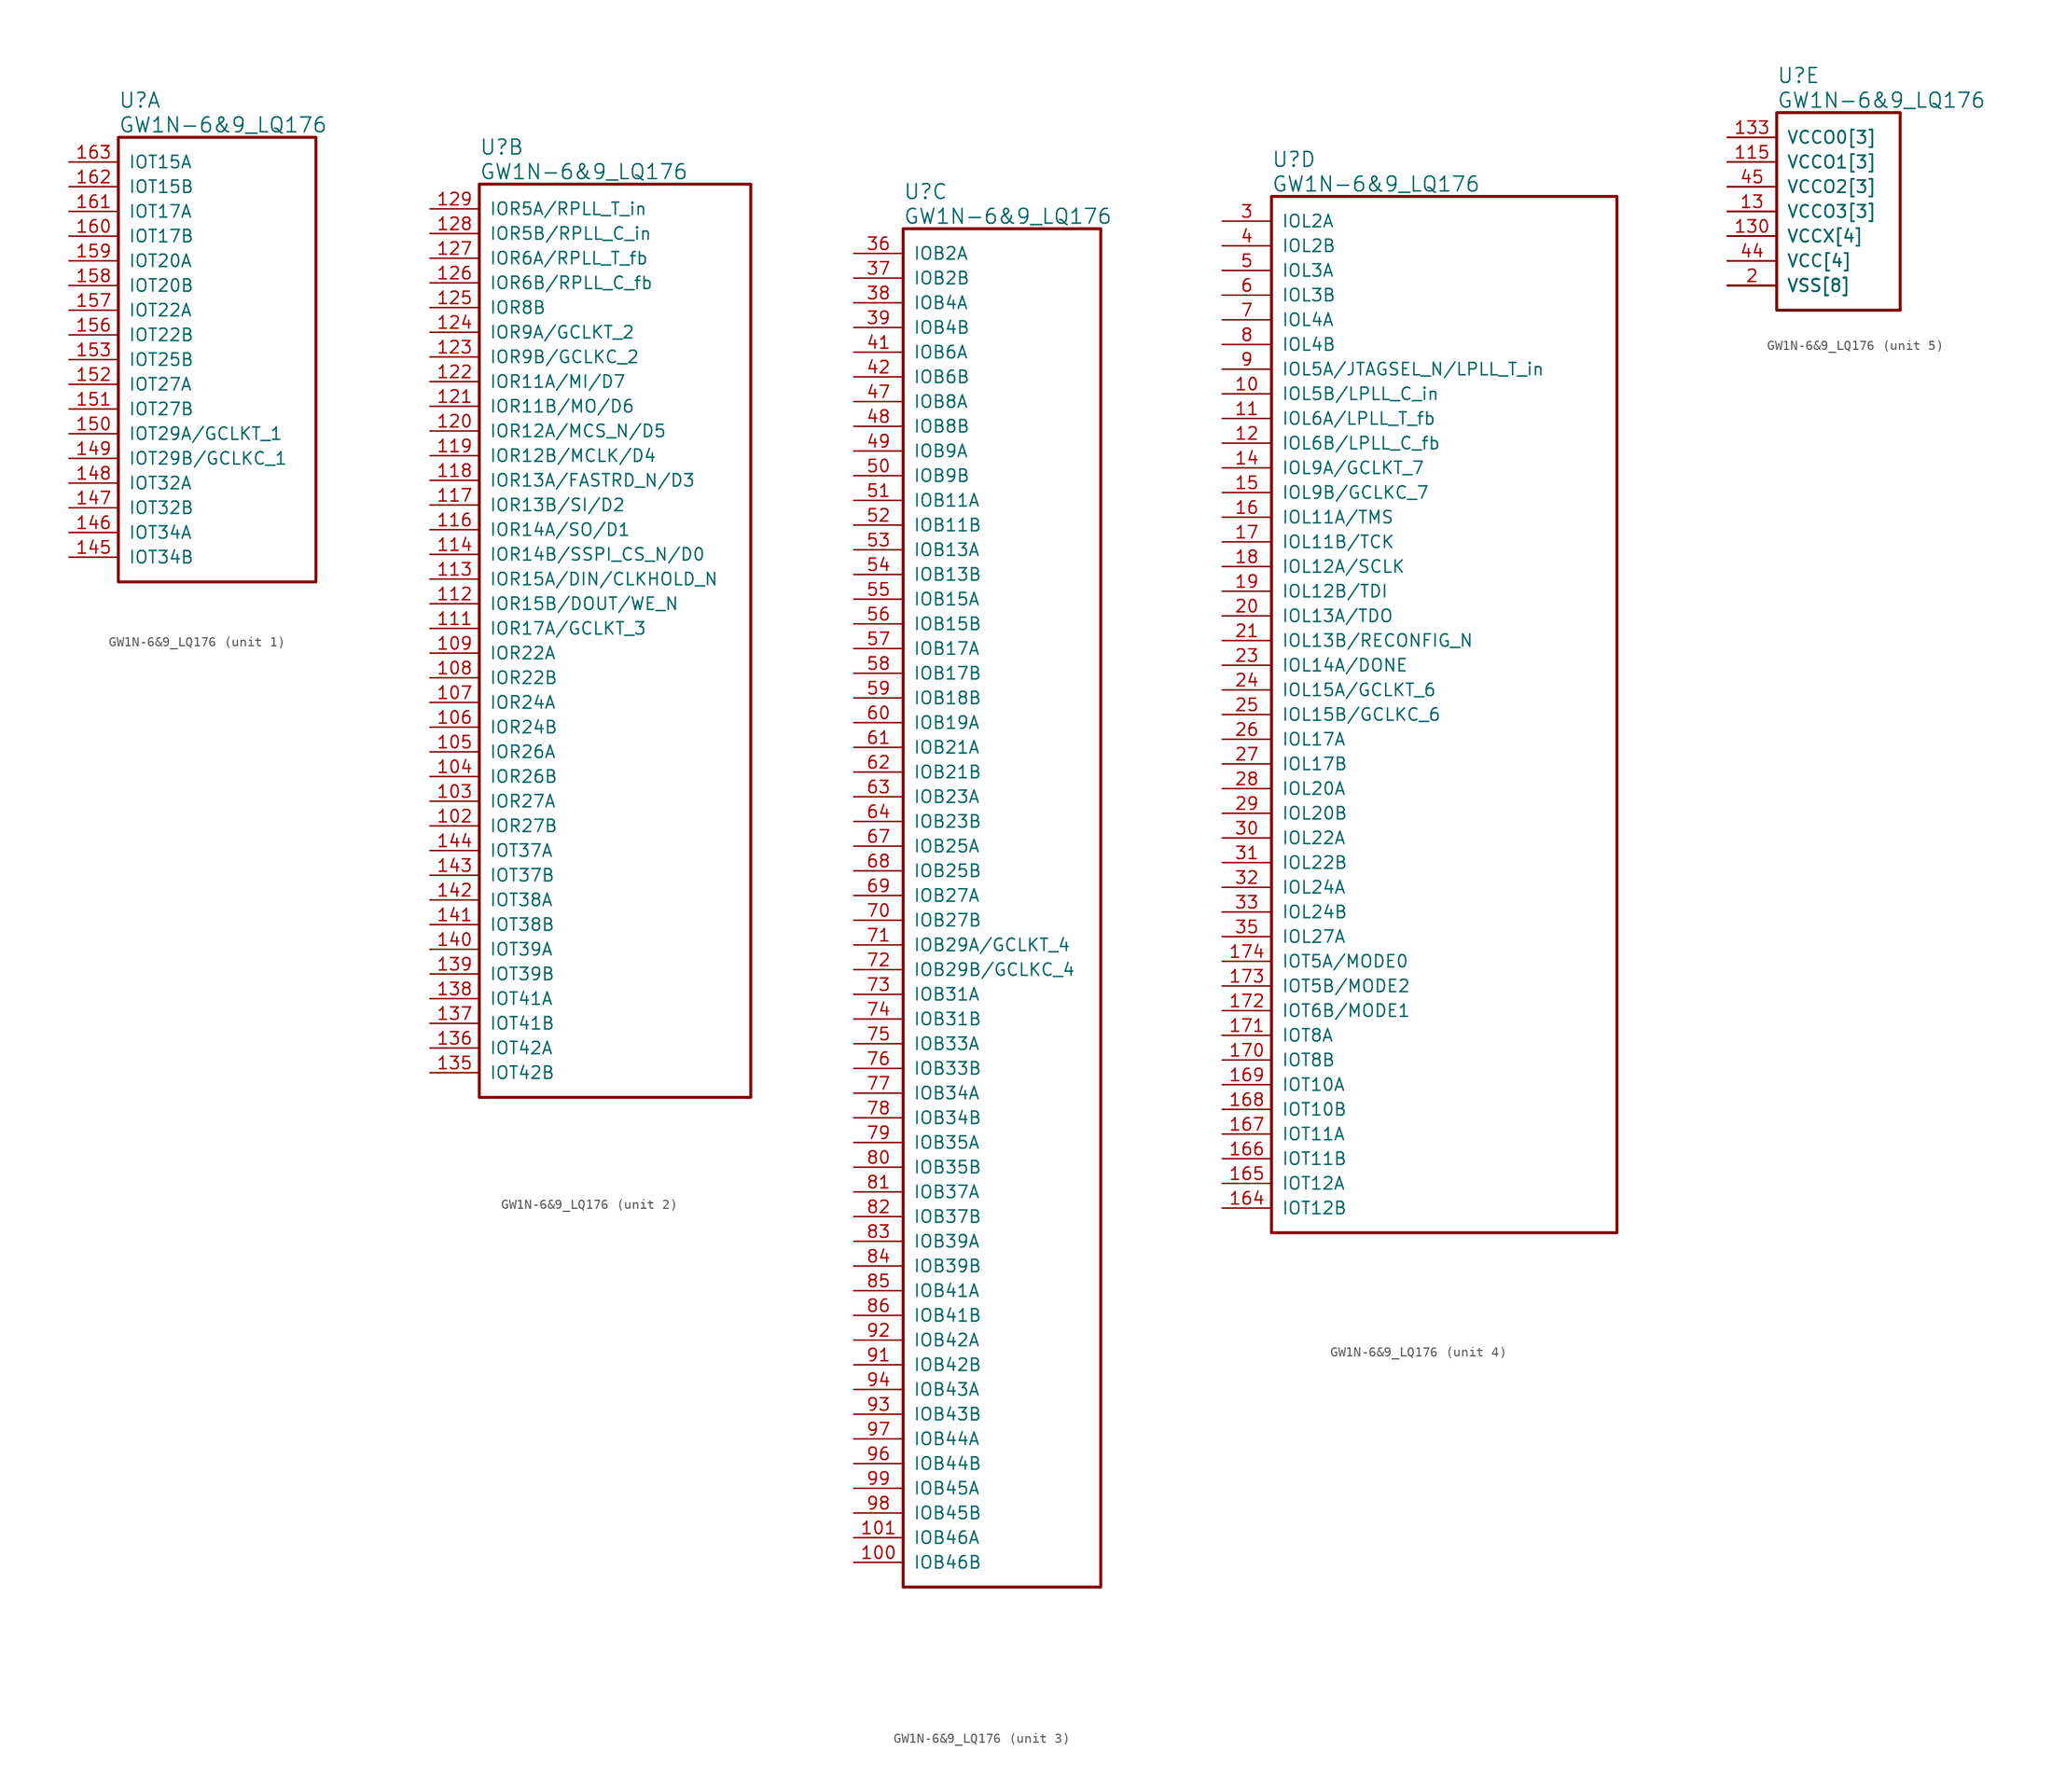
<source format=kicad_sym>
(kicad_symbol_lib
  (version 20211014)
  (generator kicad_symbol_editor)
  (symbol "GW1N-6&9_LQ176"
    (pin_names
      (offset 1.016))
    (property "Reference" "U"
      (at 5.08 6.35 0)
      (effects (font (size 1.524 1.524)) (justify left)))
    (property "Value" "GW1N-6&9_LQ176"
      (at 5.08 3.81 0)
      (effects (font (size 1.524 1.524)) (justify left)))
    (property "ki_locked" ""
      (at 0 0 0)
      (effects (font (size 1.27 1.27))))
    (symbol "GW1N-6&9_LQ176_1_1"
      (rectangle (start 5.08 2.54) (end 25.4 -43.18) (stroke (width 0.305) (type default) (color 0 0 0 0)) (fill (type none)))
      (pin bidirectional line (at 0 -40.64 0) (length 5.08) (name "IOT34B" (effects (font (size 1.27 1.27)))) (number "145" (effects (font (size 1.27 1.27)))))
      (pin bidirectional line (at 0 -38.1 0) (length 5.08) (name "IOT34A" (effects (font (size 1.27 1.27)))) (number "146" (effects (font (size 1.27 1.27)))))
      (pin bidirectional line (at 0 -35.56 0) (length 5.08) (name "IOT32B" (effects (font (size 1.27 1.27)))) (number "147" (effects (font (size 1.27 1.27)))))
      (pin bidirectional line (at 0 -33.02 0) (length 5.08) (name "IOT32A" (effects (font (size 1.27 1.27)))) (number "148" (effects (font (size 1.27 1.27)))))
      (pin bidirectional line (at 0 -30.48 0) (length 5.08) (name "IOT29B/GCLKC_1" (effects (font (size 1.27 1.27)))) (number "149" (effects (font (size 1.27 1.27)))))
      (pin bidirectional line (at 0 -27.94 0) (length 5.08) (name "IOT29A/GCLKT_1" (effects (font (size 1.27 1.27)))) (number "150" (effects (font (size 1.27 1.27)))))
      (pin bidirectional line (at 0 -25.4 0) (length 5.08) (name "IOT27B" (effects (font (size 1.27 1.27)))) (number "151" (effects (font (size 1.27 1.27)))))
      (pin bidirectional line (at 0 -22.86 0) (length 5.08) (name "IOT27A" (effects (font (size 1.27 1.27)))) (number "152" (effects (font (size 1.27 1.27)))))
      (pin bidirectional line (at 0 -20.32 0) (length 5.08) (name "IOT25B" (effects (font (size 1.27 1.27)))) (number "153" (effects (font (size 1.27 1.27)))))
      (pin bidirectional line (at 0 -17.78 0) (length 5.08) (name "IOT22B" (effects (font (size 1.27 1.27)))) (number "156" (effects (font (size 1.27 1.27)))))
      (pin bidirectional line (at 0 -15.24 0) (length 5.08) (name "IOT22A" (effects (font (size 1.27 1.27)))) (number "157" (effects (font (size 1.27 1.27)))))
      (pin bidirectional line (at 0 -12.7 0) (length 5.08) (name "IOT20B" (effects (font (size 1.27 1.27)))) (number "158" (effects (font (size 1.27 1.27)))))
      (pin bidirectional line (at 0 -10.16 0) (length 5.08) (name "IOT20A" (effects (font (size 1.27 1.27)))) (number "159" (effects (font (size 1.27 1.27)))))
      (pin bidirectional line (at 0 -7.62 0) (length 5.08) (name "IOT17B" (effects (font (size 1.27 1.27)))) (number "160" (effects (font (size 1.27 1.27)))))
      (pin bidirectional line (at 0 -5.08 0) (length 5.08) (name "IOT17A" (effects (font (size 1.27 1.27)))) (number "161" (effects (font (size 1.27 1.27)))))
      (pin bidirectional line (at 0 -2.54 0) (length 5.08) (name "IOT15B" (effects (font (size 1.27 1.27)))) (number "162" (effects (font (size 1.27 1.27)))))
      (pin bidirectional line (at 0 0 0) (length 5.08) (name "IOT15A" (effects (font (size 1.27 1.27)))) (number "163" (effects (font (size 1.27 1.27))))))
    (symbol "GW1N-6&9_LQ176_2_1"
      (rectangle (start 5.08 2.54) (end 33.02 -91.44) (stroke (width 0.305) (type default) (color 0 0 0 0)) (fill (type none)))
      (pin bidirectional line (at 0 -63.5 0) (length 5.08) (name "IOR27B" (effects (font (size 1.27 1.27)))) (number "102" (effects (font (size 1.27 1.27)))))
      (pin bidirectional line (at 0 -60.96 0) (length 5.08) (name "IOR27A" (effects (font (size 1.27 1.27)))) (number "103" (effects (font (size 1.27 1.27)))))
      (pin bidirectional line (at 0 -58.42 0) (length 5.08) (name "IOR26B" (effects (font (size 1.27 1.27)))) (number "104" (effects (font (size 1.27 1.27)))))
      (pin bidirectional line (at 0 -55.88 0) (length 5.08) (name "IOR26A" (effects (font (size 1.27 1.27)))) (number "105" (effects (font (size 1.27 1.27)))))
      (pin bidirectional line (at 0 -53.34 0) (length 5.08) (name "IOR24B" (effects (font (size 1.27 1.27)))) (number "106" (effects (font (size 1.27 1.27)))))
      (pin bidirectional line (at 0 -50.8 0) (length 5.08) (name "IOR24A" (effects (font (size 1.27 1.27)))) (number "107" (effects (font (size 1.27 1.27)))))
      (pin bidirectional line (at 0 -48.26 0) (length 5.08) (name "IOR22B" (effects (font (size 1.27 1.27)))) (number "108" (effects (font (size 1.27 1.27)))))
      (pin bidirectional line (at 0 -45.72 0) (length 5.08) (name "IOR22A" (effects (font (size 1.27 1.27)))) (number "109" (effects (font (size 1.27 1.27)))))
      (pin bidirectional line (at 0 -43.18 0) (length 5.08) (name "IOR17A/GCLKT_3" (effects (font (size 1.27 1.27)))) (number "111" (effects (font (size 1.27 1.27)))))
      (pin bidirectional line (at 0 -40.64 0) (length 5.08) (name "IOR15B/DOUT/WE_N" (effects (font (size 1.27 1.27)))) (number "112" (effects (font (size 1.27 1.27)))))
      (pin bidirectional line (at 0 -38.1 0) (length 5.08) (name "IOR15A/DIN/CLKHOLD_N" (effects (font (size 1.27 1.27)))) (number "113" (effects (font (size 1.27 1.27)))))
      (pin bidirectional line (at 0 -35.56 0) (length 5.08) (name "IOR14B/SSPI_CS_N/D0" (effects (font (size 1.27 1.27)))) (number "114" (effects (font (size 1.27 1.27)))))
      (pin bidirectional line (at 0 -33.02 0) (length 5.08) (name "IOR14A/SO/D1" (effects (font (size 1.27 1.27)))) (number "116" (effects (font (size 1.27 1.27)))))
      (pin bidirectional line (at 0 -30.48 0) (length 5.08) (name "IOR13B/SI/D2" (effects (font (size 1.27 1.27)))) (number "117" (effects (font (size 1.27 1.27)))))
      (pin bidirectional line (at 0 -27.94 0) (length 5.08) (name "IOR13A/FASTRD_N/D3" (effects (font (size 1.27 1.27)))) (number "118" (effects (font (size 1.27 1.27)))))
      (pin bidirectional line (at 0 -25.4 0) (length 5.08) (name "IOR12B/MCLK/D4" (effects (font (size 1.27 1.27)))) (number "119" (effects (font (size 1.27 1.27)))))
      (pin bidirectional line (at 0 -22.86 0) (length 5.08) (name "IOR12A/MCS_N/D5" (effects (font (size 1.27 1.27)))) (number "120" (effects (font (size 1.27 1.27)))))
      (pin bidirectional line (at 0 -20.32 0) (length 5.08) (name "IOR11B/MO/D6" (effects (font (size 1.27 1.27)))) (number "121" (effects (font (size 1.27 1.27)))))
      (pin bidirectional line (at 0 -17.78 0) (length 5.08) (name "IOR11A/MI/D7" (effects (font (size 1.27 1.27)))) (number "122" (effects (font (size 1.27 1.27)))))
      (pin bidirectional line (at 0 -15.24 0) (length 5.08) (name "IOR9B/GCLKC_2" (effects (font (size 1.27 1.27)))) (number "123" (effects (font (size 1.27 1.27)))))
      (pin bidirectional line (at 0 -12.7 0) (length 5.08) (name "IOR9A/GCLKT_2" (effects (font (size 1.27 1.27)))) (number "124" (effects (font (size 1.27 1.27)))))
      (pin bidirectional line (at 0 -10.16 0) (length 5.08) (name "IOR8B" (effects (font (size 1.27 1.27)))) (number "125" (effects (font (size 1.27 1.27)))))
      (pin bidirectional line (at 0 -7.62 0) (length 5.08) (name "IOR6B/RPLL_C_fb" (effects (font (size 1.27 1.27)))) (number "126" (effects (font (size 1.27 1.27)))))
      (pin bidirectional line (at 0 -5.08 0) (length 5.08) (name "IOR6A/RPLL_T_fb" (effects (font (size 1.27 1.27)))) (number "127" (effects (font (size 1.27 1.27)))))
      (pin bidirectional line (at 0 -2.54 0) (length 5.08) (name "IOR5B/RPLL_C_in" (effects (font (size 1.27 1.27)))) (number "128" (effects (font (size 1.27 1.27)))))
      (pin bidirectional line (at 0 0 0) (length 5.08) (name "IOR5A/RPLL_T_in" (effects (font (size 1.27 1.27)))) (number "129" (effects (font (size 1.27 1.27)))))
      (pin bidirectional line (at 0 -88.9 0) (length 5.08) (name "IOT42B" (effects (font (size 1.27 1.27)))) (number "135" (effects (font (size 1.27 1.27)))))
      (pin bidirectional line (at 0 -86.36 0) (length 5.08) (name "IOT42A" (effects (font (size 1.27 1.27)))) (number "136" (effects (font (size 1.27 1.27)))))
      (pin bidirectional line (at 0 -83.82 0) (length 5.08) (name "IOT41B" (effects (font (size 1.27 1.27)))) (number "137" (effects (font (size 1.27 1.27)))))
      (pin bidirectional line (at 0 -81.28 0) (length 5.08) (name "IOT41A" (effects (font (size 1.27 1.27)))) (number "138" (effects (font (size 1.27 1.27)))))
      (pin bidirectional line (at 0 -78.74 0) (length 5.08) (name "IOT39B" (effects (font (size 1.27 1.27)))) (number "139" (effects (font (size 1.27 1.27)))))
      (pin bidirectional line (at 0 -76.2 0) (length 5.08) (name "IOT39A" (effects (font (size 1.27 1.27)))) (number "140" (effects (font (size 1.27 1.27)))))
      (pin bidirectional line (at 0 -73.66 0) (length 5.08) (name "IOT38B" (effects (font (size 1.27 1.27)))) (number "141" (effects (font (size 1.27 1.27)))))
      (pin bidirectional line (at 0 -71.12 0) (length 5.08) (name "IOT38A" (effects (font (size 1.27 1.27)))) (number "142" (effects (font (size 1.27 1.27)))))
      (pin bidirectional line (at 0 -68.58 0) (length 5.08) (name "IOT37B" (effects (font (size 1.27 1.27)))) (number "143" (effects (font (size 1.27 1.27)))))
      (pin bidirectional line (at 0 -66.04 0) (length 5.08) (name "IOT37A" (effects (font (size 1.27 1.27)))) (number "144" (effects (font (size 1.27 1.27))))))
    (symbol "GW1N-6&9_LQ176_3_1"
      (rectangle (start 5.08 2.54) (end 25.4 -137.16) (stroke (width 0.305) (type default) (color 0 0 0 0)) (fill (type none)))
      (pin bidirectional line (at 0 -134.62 0) (length 5.08) (name "IOB46B" (effects (font (size 1.27 1.27)))) (number "100" (effects (font (size 1.27 1.27)))))
      (pin bidirectional line (at 0 -132.08 0) (length 5.08) (name "IOB46A" (effects (font (size 1.27 1.27)))) (number "101" (effects (font (size 1.27 1.27)))))
      (pin bidirectional line (at 0 0 0) (length 5.08) (name "IOB2A" (effects (font (size 1.27 1.27)))) (number "36" (effects (font (size 1.27 1.27)))))
      (pin bidirectional line (at 0 -2.54 0) (length 5.08) (name "IOB2B" (effects (font (size 1.27 1.27)))) (number "37" (effects (font (size 1.27 1.27)))))
      (pin bidirectional line (at 0 -5.08 0) (length 5.08) (name "IOB4A" (effects (font (size 1.27 1.27)))) (number "38" (effects (font (size 1.27 1.27)))))
      (pin bidirectional line (at 0 -7.62 0) (length 5.08) (name "IOB4B" (effects (font (size 1.27 1.27)))) (number "39" (effects (font (size 1.27 1.27)))))
      (pin bidirectional line (at 0 -10.16 0) (length 5.08) (name "IOB6A" (effects (font (size 1.27 1.27)))) (number "41" (effects (font (size 1.27 1.27)))))
      (pin bidirectional line (at 0 -12.7 0) (length 5.08) (name "IOB6B" (effects (font (size 1.27 1.27)))) (number "42" (effects (font (size 1.27 1.27)))))
      (pin bidirectional line (at 0 -15.24 0) (length 5.08) (name "IOB8A" (effects (font (size 1.27 1.27)))) (number "47" (effects (font (size 1.27 1.27)))))
      (pin bidirectional line (at 0 -17.78 0) (length 5.08) (name "IOB8B" (effects (font (size 1.27 1.27)))) (number "48" (effects (font (size 1.27 1.27)))))
      (pin bidirectional line (at 0 -20.32 0) (length 5.08) (name "IOB9A" (effects (font (size 1.27 1.27)))) (number "49" (effects (font (size 1.27 1.27)))))
      (pin bidirectional line (at 0 -22.86 0) (length 5.08) (name "IOB9B" (effects (font (size 1.27 1.27)))) (number "50" (effects (font (size 1.27 1.27)))))
      (pin bidirectional line (at 0 -25.4 0) (length 5.08) (name "IOB11A" (effects (font (size 1.27 1.27)))) (number "51" (effects (font (size 1.27 1.27)))))
      (pin bidirectional line (at 0 -27.94 0) (length 5.08) (name "IOB11B" (effects (font (size 1.27 1.27)))) (number "52" (effects (font (size 1.27 1.27)))))
      (pin bidirectional line (at 0 -30.48 0) (length 5.08) (name "IOB13A" (effects (font (size 1.27 1.27)))) (number "53" (effects (font (size 1.27 1.27)))))
      (pin bidirectional line (at 0 -33.02 0) (length 5.08) (name "IOB13B" (effects (font (size 1.27 1.27)))) (number "54" (effects (font (size 1.27 1.27)))))
      (pin bidirectional line (at 0 -35.56 0) (length 5.08) (name "IOB15A" (effects (font (size 1.27 1.27)))) (number "55" (effects (font (size 1.27 1.27)))))
      (pin bidirectional line (at 0 -38.1 0) (length 5.08) (name "IOB15B" (effects (font (size 1.27 1.27)))) (number "56" (effects (font (size 1.27 1.27)))))
      (pin bidirectional line (at 0 -40.64 0) (length 5.08) (name "IOB17A" (effects (font (size 1.27 1.27)))) (number "57" (effects (font (size 1.27 1.27)))))
      (pin bidirectional line (at 0 -43.18 0) (length 5.08) (name "IOB17B" (effects (font (size 1.27 1.27)))) (number "58" (effects (font (size 1.27 1.27)))))
      (pin bidirectional line (at 0 -45.72 0) (length 5.08) (name "IOB18B" (effects (font (size 1.27 1.27)))) (number "59" (effects (font (size 1.27 1.27)))))
      (pin bidirectional line (at 0 -48.26 0) (length 5.08) (name "IOB19A" (effects (font (size 1.27 1.27)))) (number "60" (effects (font (size 1.27 1.27)))))
      (pin bidirectional line (at 0 -50.8 0) (length 5.08) (name "IOB21A" (effects (font (size 1.27 1.27)))) (number "61" (effects (font (size 1.27 1.27)))))
      (pin bidirectional line (at 0 -53.34 0) (length 5.08) (name "IOB21B" (effects (font (size 1.27 1.27)))) (number "62" (effects (font (size 1.27 1.27)))))
      (pin bidirectional line (at 0 -55.88 0) (length 5.08) (name "IOB23A" (effects (font (size 1.27 1.27)))) (number "63" (effects (font (size 1.27 1.27)))))
      (pin bidirectional line (at 0 -58.42 0) (length 5.08) (name "IOB23B" (effects (font (size 1.27 1.27)))) (number "64" (effects (font (size 1.27 1.27)))))
      (pin bidirectional line (at 0 -60.96 0) (length 5.08) (name "IOB25A" (effects (font (size 1.27 1.27)))) (number "67" (effects (font (size 1.27 1.27)))))
      (pin bidirectional line (at 0 -63.5 0) (length 5.08) (name "IOB25B" (effects (font (size 1.27 1.27)))) (number "68" (effects (font (size 1.27 1.27)))))
      (pin bidirectional line (at 0 -66.04 0) (length 5.08) (name "IOB27A" (effects (font (size 1.27 1.27)))) (number "69" (effects (font (size 1.27 1.27)))))
      (pin bidirectional line (at 0 -68.58 0) (length 5.08) (name "IOB27B" (effects (font (size 1.27 1.27)))) (number "70" (effects (font (size 1.27 1.27)))))
      (pin bidirectional line (at 0 -71.12 0) (length 5.08) (name "IOB29A/GCLKT_4" (effects (font (size 1.27 1.27)))) (number "71" (effects (font (size 1.27 1.27)))))
      (pin bidirectional line (at 0 -73.66 0) (length 5.08) (name "IOB29B/GCLKC_4" (effects (font (size 1.27 1.27)))) (number "72" (effects (font (size 1.27 1.27)))))
      (pin bidirectional line (at 0 -76.2 0) (length 5.08) (name "IOB31A" (effects (font (size 1.27 1.27)))) (number "73" (effects (font (size 1.27 1.27)))))
      (pin bidirectional line (at 0 -78.74 0) (length 5.08) (name "IOB31B" (effects (font (size 1.27 1.27)))) (number "74" (effects (font (size 1.27 1.27)))))
      (pin bidirectional line (at 0 -81.28 0) (length 5.08) (name "IOB33A" (effects (font (size 1.27 1.27)))) (number "75" (effects (font (size 1.27 1.27)))))
      (pin bidirectional line (at 0 -83.82 0) (length 5.08) (name "IOB33B" (effects (font (size 1.27 1.27)))) (number "76" (effects (font (size 1.27 1.27)))))
      (pin bidirectional line (at 0 -86.36 0) (length 5.08) (name "IOB34A" (effects (font (size 1.27 1.27)))) (number "77" (effects (font (size 1.27 1.27)))))
      (pin bidirectional line (at 0 -88.9 0) (length 5.08) (name "IOB34B" (effects (font (size 1.27 1.27)))) (number "78" (effects (font (size 1.27 1.27)))))
      (pin bidirectional line (at 0 -91.44 0) (length 5.08) (name "IOB35A" (effects (font (size 1.27 1.27)))) (number "79" (effects (font (size 1.27 1.27)))))
      (pin bidirectional line (at 0 -93.98 0) (length 5.08) (name "IOB35B" (effects (font (size 1.27 1.27)))) (number "80" (effects (font (size 1.27 1.27)))))
      (pin bidirectional line (at 0 -96.52 0) (length 5.08) (name "IOB37A" (effects (font (size 1.27 1.27)))) (number "81" (effects (font (size 1.27 1.27)))))
      (pin bidirectional line (at 0 -99.06 0) (length 5.08) (name "IOB37B" (effects (font (size 1.27 1.27)))) (number "82" (effects (font (size 1.27 1.27)))))
      (pin bidirectional line (at 0 -101.6 0) (length 5.08) (name "IOB39A" (effects (font (size 1.27 1.27)))) (number "83" (effects (font (size 1.27 1.27)))))
      (pin bidirectional line (at 0 -104.14 0) (length 5.08) (name "IOB39B" (effects (font (size 1.27 1.27)))) (number "84" (effects (font (size 1.27 1.27)))))
      (pin bidirectional line (at 0 -106.68 0) (length 5.08) (name "IOB41A" (effects (font (size 1.27 1.27)))) (number "85" (effects (font (size 1.27 1.27)))))
      (pin bidirectional line (at 0 -109.22 0) (length 5.08) (name "IOB41B" (effects (font (size 1.27 1.27)))) (number "86" (effects (font (size 1.27 1.27)))))
      (pin bidirectional line (at 0 -114.3 0) (length 5.08) (name "IOB42B" (effects (font (size 1.27 1.27)))) (number "91" (effects (font (size 1.27 1.27)))))
      (pin bidirectional line (at 0 -111.76 0) (length 5.08) (name "IOB42A" (effects (font (size 1.27 1.27)))) (number "92" (effects (font (size 1.27 1.27)))))
      (pin bidirectional line (at 0 -119.38 0) (length 5.08) (name "IOB43B" (effects (font (size 1.27 1.27)))) (number "93" (effects (font (size 1.27 1.27)))))
      (pin bidirectional line (at 0 -116.84 0) (length 5.08) (name "IOB43A" (effects (font (size 1.27 1.27)))) (number "94" (effects (font (size 1.27 1.27)))))
      (pin bidirectional line (at 0 -124.46 0) (length 5.08) (name "IOB44B" (effects (font (size 1.27 1.27)))) (number "96" (effects (font (size 1.27 1.27)))))
      (pin bidirectional line (at 0 -121.92 0) (length 5.08) (name "IOB44A" (effects (font (size 1.27 1.27)))) (number "97" (effects (font (size 1.27 1.27)))))
      (pin bidirectional line (at 0 -129.54 0) (length 5.08) (name "IOB45B" (effects (font (size 1.27 1.27)))) (number "98" (effects (font (size 1.27 1.27)))))
      (pin bidirectional line (at 0 -127 0) (length 5.08) (name "IOB45A" (effects (font (size 1.27 1.27)))) (number "99" (effects (font (size 1.27 1.27))))))
    (symbol "GW1N-6&9_LQ176_4_1"
      (rectangle (start 5.08 2.54) (end 40.64 -104.14) (stroke (width 0.305) (type default) (color 0 0 0 0)) (fill (type none)))
      (pin bidirectional line (at 0 -17.78 0) (length 5.08) (name "IOL5B/LPLL_C_in" (effects (font (size 1.27 1.27)))) (number "10" (effects (font (size 1.27 1.27)))))
      (pin bidirectional line (at 0 -20.32 0) (length 5.08) (name "IOL6A/LPLL_T_fb" (effects (font (size 1.27 1.27)))) (number "11" (effects (font (size 1.27 1.27)))))
      (pin bidirectional line (at 0 -22.86 0) (length 5.08) (name "IOL6B/LPLL_C_fb" (effects (font (size 1.27 1.27)))) (number "12" (effects (font (size 1.27 1.27)))))
      (pin bidirectional line (at 0 -25.4 0) (length 5.08) (name "IOL9A/GCLKT_7" (effects (font (size 1.27 1.27)))) (number "14" (effects (font (size 1.27 1.27)))))
      (pin bidirectional line (at 0 -27.94 0) (length 5.08) (name "IOL9B/GCLKC_7" (effects (font (size 1.27 1.27)))) (number "15" (effects (font (size 1.27 1.27)))))
      (pin bidirectional line (at 0 -30.48 0) (length 5.08) (name "IOL11A/TMS" (effects (font (size 1.27 1.27)))) (number "16" (effects (font (size 1.27 1.27)))))
      (pin bidirectional line (at 0 -101.6 0) (length 5.08) (name "IOT12B" (effects (font (size 1.27 1.27)))) (number "164" (effects (font (size 1.27 1.27)))))
      (pin bidirectional line (at 0 -99.06 0) (length 5.08) (name "IOT12A" (effects (font (size 1.27 1.27)))) (number "165" (effects (font (size 1.27 1.27)))))
      (pin bidirectional line (at 0 -96.52 0) (length 5.08) (name "IOT11B" (effects (font (size 1.27 1.27)))) (number "166" (effects (font (size 1.27 1.27)))))
      (pin bidirectional line (at 0 -93.98 0) (length 5.08) (name "IOT11A" (effects (font (size 1.27 1.27)))) (number "167" (effects (font (size 1.27 1.27)))))
      (pin bidirectional line (at 0 -91.44 0) (length 5.08) (name "IOT10B" (effects (font (size 1.27 1.27)))) (number "168" (effects (font (size 1.27 1.27)))))
      (pin bidirectional line (at 0 -88.9 0) (length 5.08) (name "IOT10A" (effects (font (size 1.27 1.27)))) (number "169" (effects (font (size 1.27 1.27)))))
      (pin bidirectional line (at 0 -33.02 0) (length 5.08) (name "IOL11B/TCK" (effects (font (size 1.27 1.27)))) (number "17" (effects (font (size 1.27 1.27)))))
      (pin bidirectional line (at 0 -86.36 0) (length 5.08) (name "IOT8B" (effects (font (size 1.27 1.27)))) (number "170" (effects (font (size 1.27 1.27)))))
      (pin bidirectional line (at 0 -83.82 0) (length 5.08) (name "IOT8A" (effects (font (size 1.27 1.27)))) (number "171" (effects (font (size 1.27 1.27)))))
      (pin bidirectional line (at 0 -81.28 0) (length 5.08) (name "IOT6B/MODE1" (effects (font (size 1.27 1.27)))) (number "172" (effects (font (size 1.27 1.27)))))
      (pin bidirectional line (at 0 -78.74 0) (length 5.08) (name "IOT5B/MODE2" (effects (font (size 1.27 1.27)))) (number "173" (effects (font (size 1.27 1.27)))))
      (pin bidirectional line (at 0 -76.2 0) (length 5.08) (name "IOT5A/MODE0" (effects (font (size 1.27 1.27)))) (number "174" (effects (font (size 1.27 1.27)))))
      (pin bidirectional line (at 0 -35.56 0) (length 5.08) (name "IOL12A/SCLK" (effects (font (size 1.27 1.27)))) (number "18" (effects (font (size 1.27 1.27)))))
      (pin bidirectional line (at 0 -38.1 0) (length 5.08) (name "IOL12B/TDI" (effects (font (size 1.27 1.27)))) (number "19" (effects (font (size 1.27 1.27)))))
      (pin bidirectional line (at 0 -40.64 0) (length 5.08) (name "IOL13A/TDO" (effects (font (size 1.27 1.27)))) (number "20" (effects (font (size 1.27 1.27)))))
      (pin bidirectional line (at 0 -43.18 0) (length 5.08) (name "IOL13B/RECONFIG_N" (effects (font (size 1.27 1.27)))) (number "21" (effects (font (size 1.27 1.27)))))
      (pin bidirectional line (at 0 -45.72 0) (length 5.08) (name "IOL14A/DONE" (effects (font (size 1.27 1.27)))) (number "23" (effects (font (size 1.27 1.27)))))
      (pin bidirectional line (at 0 -48.26 0) (length 5.08) (name "IOL15A/GCLKT_6" (effects (font (size 1.27 1.27)))) (number "24" (effects (font (size 1.27 1.27)))))
      (pin bidirectional line (at 0 -50.8 0) (length 5.08) (name "IOL15B/GCLKC_6" (effects (font (size 1.27 1.27)))) (number "25" (effects (font (size 1.27 1.27)))))
      (pin bidirectional line (at 0 -53.34 0) (length 5.08) (name "IOL17A" (effects (font (size 1.27 1.27)))) (number "26" (effects (font (size 1.27 1.27)))))
      (pin bidirectional line (at 0 -55.88 0) (length 5.08) (name "IOL17B" (effects (font (size 1.27 1.27)))) (number "27" (effects (font (size 1.27 1.27)))))
      (pin bidirectional line (at 0 -58.42 0) (length 5.08) (name "IOL20A" (effects (font (size 1.27 1.27)))) (number "28" (effects (font (size 1.27 1.27)))))
      (pin bidirectional line (at 0 -60.96 0) (length 5.08) (name "IOL20B" (effects (font (size 1.27 1.27)))) (number "29" (effects (font (size 1.27 1.27)))))
      (pin bidirectional line (at 0 0 0) (length 5.08) (name "IOL2A" (effects (font (size 1.27 1.27)))) (number "3" (effects (font (size 1.27 1.27)))))
      (pin bidirectional line (at 0 -63.5 0) (length 5.08) (name "IOL22A" (effects (font (size 1.27 1.27)))) (number "30" (effects (font (size 1.27 1.27)))))
      (pin bidirectional line (at 0 -66.04 0) (length 5.08) (name "IOL22B" (effects (font (size 1.27 1.27)))) (number "31" (effects (font (size 1.27 1.27)))))
      (pin bidirectional line (at 0 -68.58 0) (length 5.08) (name "IOL24A" (effects (font (size 1.27 1.27)))) (number "32" (effects (font (size 1.27 1.27)))))
      (pin bidirectional line (at 0 -71.12 0) (length 5.08) (name "IOL24B" (effects (font (size 1.27 1.27)))) (number "33" (effects (font (size 1.27 1.27)))))
      (pin bidirectional line (at 0 -73.66 0) (length 5.08) (name "IOL27A" (effects (font (size 1.27 1.27)))) (number "35" (effects (font (size 1.27 1.27)))))
      (pin bidirectional line (at 0 -2.54 0) (length 5.08) (name "IOL2B" (effects (font (size 1.27 1.27)))) (number "4" (effects (font (size 1.27 1.27)))))
      (pin bidirectional line (at 0 -5.08 0) (length 5.08) (name "IOL3A" (effects (font (size 1.27 1.27)))) (number "5" (effects (font (size 1.27 1.27)))))
      (pin bidirectional line (at 0 -7.62 0) (length 5.08) (name "IOL3B" (effects (font (size 1.27 1.27)))) (number "6" (effects (font (size 1.27 1.27)))))
      (pin bidirectional line (at 0 -10.16 0) (length 5.08) (name "IOL4A" (effects (font (size 1.27 1.27)))) (number "7" (effects (font (size 1.27 1.27)))))
      (pin bidirectional line (at 0 -12.7 0) (length 5.08) (name "IOL4B" (effects (font (size 1.27 1.27)))) (number "8" (effects (font (size 1.27 1.27)))))
      (pin bidirectional line (at 0 -15.24 0) (length 5.08) (name "IOL5A/JTAGSEL_N/LPLL_T_in" (effects (font (size 1.27 1.27)))) (number "9" (effects (font (size 1.27 1.27))))))
    (symbol "GW1N-6&9_LQ176_5_1"
      (rectangle (start 5.08 2.54) (end 17.78 -17.78) (stroke (width 0.305) (type default) (color 0 0 0 0)) (fill (type none)))
      (pin power_in line (at 0 -12.7 0) (length 5.08) (name "VCC[4]" (effects (font (size 1.27 1.27)))) (number "1" (effects (font (size 0 0)))))
      (pin power_in line (at 0 -2.54 0) (length 5.08) (name "VCCO1[3]" (effects (font (size 1.27 1.27)))) (number "110" (effects (font (size 0 0)))))
      (pin power_in line (at 0 -2.54 0) (length 5.08) (name "VCCO1[3]" (effects (font (size 1.27 1.27)))) (number "115" (effects (font (size 1.27 1.27)))))
      (pin power_in line (at 0 -7.62 0) (length 5.08) (name "VCCO3[3]" (effects (font (size 1.27 1.27)))) (number "13" (effects (font (size 1.27 1.27)))))
      (pin power_in line (at 0 -10.16 0) (length 5.08) (name "VCCX[4]" (effects (font (size 1.27 1.27)))) (number "130" (effects (font (size 1.27 1.27)))))
      (pin power_in line (at 0 -15.24 0) (length 5.08) (name "VSS[8]" (effects (font (size 1.27 1.27)))) (number "131" (effects (font (size 0 0)))))
      (pin power_in line (at 0 -12.7 0) (length 5.08) (name "VCC[4]" (effects (font (size 1.27 1.27)))) (number "132" (effects (font (size 0 0)))))
      (pin power_in line (at 0 0 0) (length 5.08) (name "VCCO0[3]" (effects (font (size 1.27 1.27)))) (number "133" (effects (font (size 1.27 1.27)))))
      (pin power_in line (at 0 -15.24 0) (length 5.08) (name "VSS[8]" (effects (font (size 1.27 1.27)))) (number "134" (effects (font (size 0 0)))))
      (pin power_in line (at 0 -10.16 0) (length 5.08) (name "VCCX[4]" (effects (font (size 1.27 1.27)))) (number "154" (effects (font (size 0 0)))))
      (pin power_in line (at 0 0 0) (length 5.08) (name "VCCO0[3]" (effects (font (size 1.27 1.27)))) (number "155" (effects (font (size 0 0)))))
      (pin power_in line (at 0 -15.24 0) (length 5.08) (name "VSS[8]" (effects (font (size 1.27 1.27)))) (number "175" (effects (font (size 0 0)))))
      (pin power_in line (at 0 0 0) (length 5.08) (name "VCCO0[3]" (effects (font (size 1.27 1.27)))) (number "176" (effects (font (size 0 0)))))
      (pin power_in line (at 0 -15.24 0) (length 5.08) (name "VSS[8]" (effects (font (size 1.27 1.27)))) (number "2" (effects (font (size 1.27 1.27)))))
      (pin power_in line (at 0 -7.62 0) (length 5.08) (name "VCCO3[3]" (effects (font (size 1.27 1.27)))) (number "22" (effects (font (size 0 0)))))
      (pin power_in line (at 0 -7.62 0) (length 5.08) (name "VCCO3[3]" (effects (font (size 1.27 1.27)))) (number "34" (effects (font (size 0 0)))))
      (pin power_in line (at 0 -10.16 0) (length 5.08) (name "VCCX[4]" (effects (font (size 1.27 1.27)))) (number "40" (effects (font (size 0 0)))))
      (pin power_in line (at 0 -15.24 0) (length 5.08) (name "VSS[8]" (effects (font (size 1.27 1.27)))) (number "43" (effects (font (size 0 0)))))
      (pin power_in line (at 0 -12.7 0) (length 5.08) (name "VCC[4]" (effects (font (size 1.27 1.27)))) (number "44" (effects (font (size 1.27 1.27)))))
      (pin power_in line (at 0 -5.08 0) (length 5.08) (name "VCCO2[3]" (effects (font (size 1.27 1.27)))) (number "45" (effects (font (size 1.27 1.27)))))
      (pin power_in line (at 0 -15.24 0) (length 5.08) (name "VSS[8]" (effects (font (size 1.27 1.27)))) (number "46" (effects (font (size 0 0)))))
      (pin power_in line (at 0 -5.08 0) (length 5.08) (name "VCCO2[3]" (effects (font (size 1.27 1.27)))) (number "65" (effects (font (size 0 0)))))
      (pin power_in line (at 0 -10.16 0) (length 5.08) (name "VCCX[4]" (effects (font (size 1.27 1.27)))) (number "66" (effects (font (size 0 0)))))
      (pin power_in line (at 0 -15.24 0) (length 5.08) (name "VSS[8]" (effects (font (size 1.27 1.27)))) (number "87" (effects (font (size 0 0)))))
      (pin power_in line (at 0 -5.08 0) (length 5.08) (name "VCCO2[3]" (effects (font (size 1.27 1.27)))) (number "88" (effects (font (size 0 0)))))
      (pin power_in line (at 0 -12.7 0) (length 5.08) (name "VCC[4]" (effects (font (size 1.27 1.27)))) (number "89" (effects (font (size 0 0)))))
      (pin power_in line (at 0 -15.24 0) (length 5.08) (name "VSS[8]" (effects (font (size 1.27 1.27)))) (number "90" (effects (font (size 0 0)))))
      (pin power_in line (at 0 -2.54 0) (length 5.08) (name "VCCO1[3]" (effects (font (size 1.27 1.27)))) (number "95" (effects (font (size 0 0))))))))
</source>
